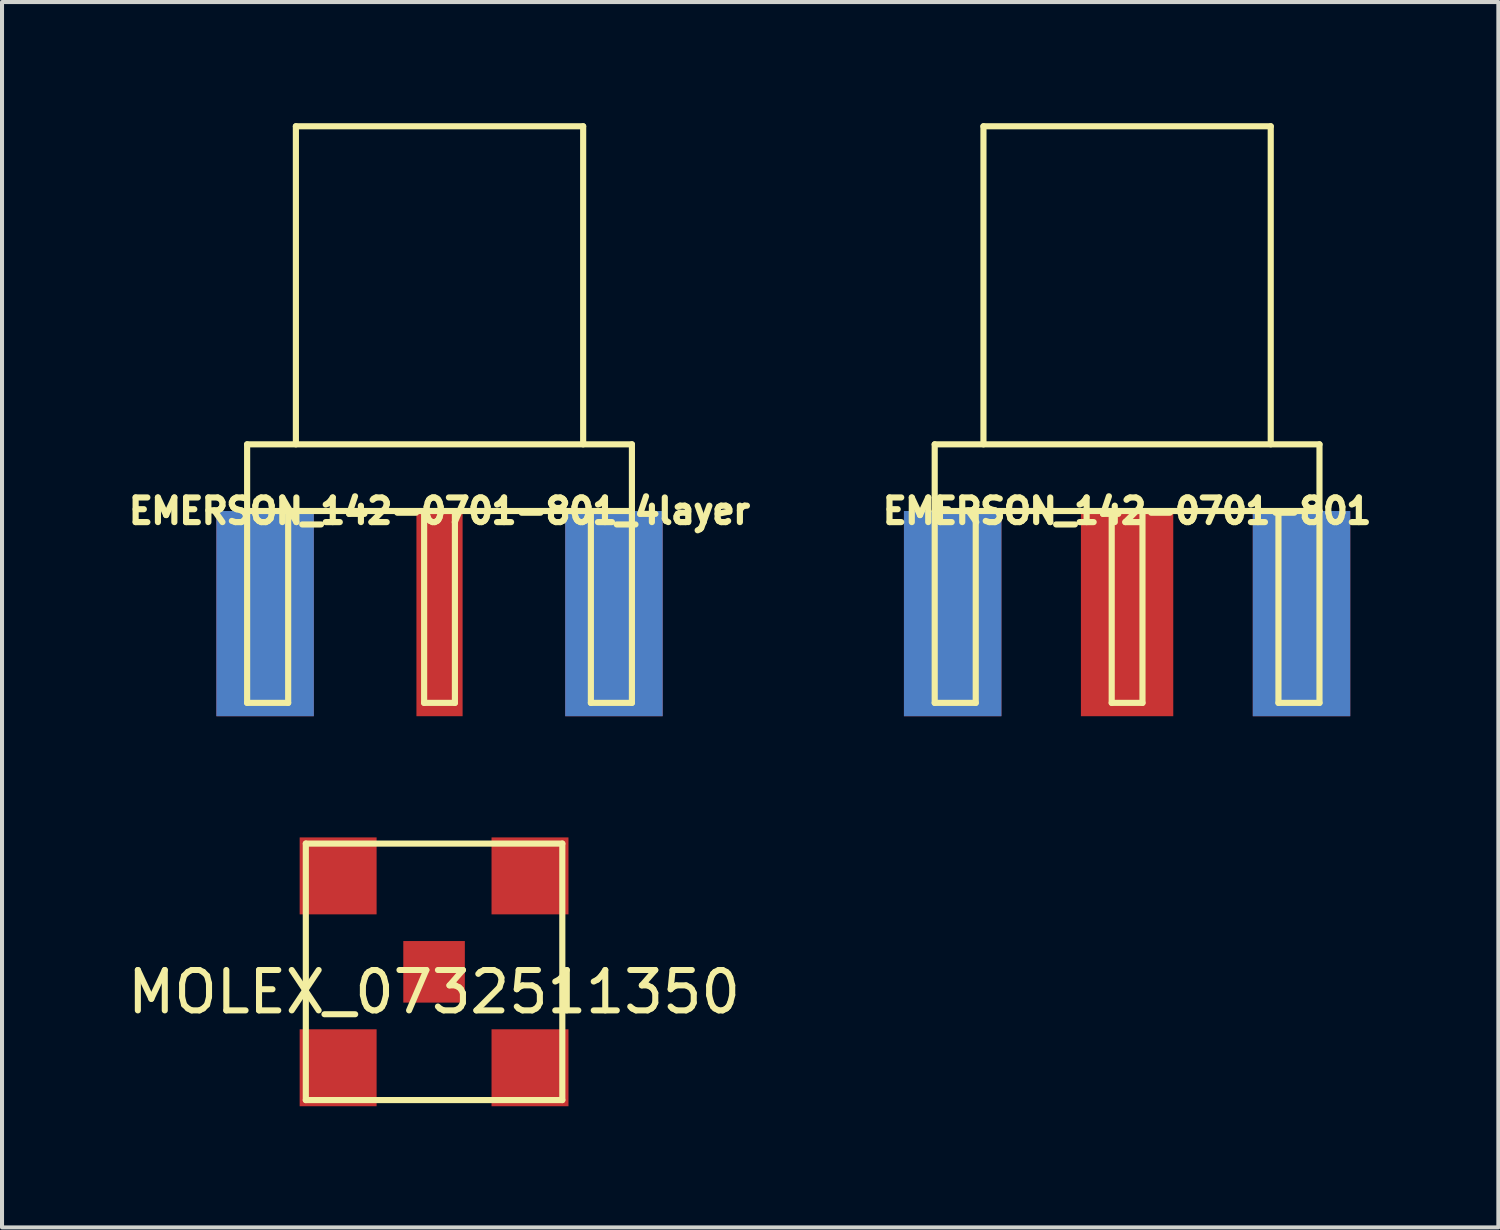
<source format=kicad_pcb>
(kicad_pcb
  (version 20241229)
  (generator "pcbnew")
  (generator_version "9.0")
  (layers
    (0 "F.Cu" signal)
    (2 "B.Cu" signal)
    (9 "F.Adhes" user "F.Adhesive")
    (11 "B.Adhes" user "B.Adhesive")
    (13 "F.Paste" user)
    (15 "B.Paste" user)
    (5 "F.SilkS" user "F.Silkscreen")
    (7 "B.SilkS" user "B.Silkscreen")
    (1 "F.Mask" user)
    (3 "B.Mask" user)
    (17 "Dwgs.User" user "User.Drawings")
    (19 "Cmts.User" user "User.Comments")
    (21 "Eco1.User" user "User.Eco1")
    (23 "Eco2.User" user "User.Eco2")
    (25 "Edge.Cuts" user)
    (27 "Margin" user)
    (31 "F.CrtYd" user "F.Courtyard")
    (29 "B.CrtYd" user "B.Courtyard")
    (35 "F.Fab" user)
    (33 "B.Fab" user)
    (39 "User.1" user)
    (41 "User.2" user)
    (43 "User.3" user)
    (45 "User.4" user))
  (footprint "EMERSON_142-0701-801"
    (layer "F.Cu")
    (at 24.853 9.601)
    (property "Reference" "EMERSON_142-0701-801" (at 0 0 0) (layer "F.SilkS") (effects (font (size 0.61 0.61) (thickness 0.152))))
    (attr through_hole)
    (fp_line (start -4.763 -1.651) (end -4.763 0) (stroke (width 0.152) (type solid)) (layer "F.SilkS"))
    (fp_line (start -4.763 0) (end -4.763 4.75) (stroke (width 0.152) (type solid)) (layer "F.SilkS"))
    (fp_line (start -4.763 0) (end 4.763 0) (stroke (width 0.152) (type solid)) (layer "F.SilkS"))
    (fp_line (start -3.747 0) (end -3.747 4.75) (stroke (width 0.152) (type solid)) (layer "F.SilkS"))
    (fp_line (start -3.747 4.75) (end -4.763 4.75) (stroke (width 0.152) (type solid)) (layer "F.SilkS"))
    (fp_line (start -3.556 -9.525) (end -3.556 -1.651) (stroke (width 0.152) (type solid)) (layer "F.SilkS"))
    (fp_line (start -0.381 0) (end -0.381 4.75) (stroke (width 0.152) (type solid)) (layer "F.SilkS"))
    (fp_line (start -0.381 4.75) (end 0.381 4.75) (stroke (width 0.152) (type solid)) (layer "F.SilkS"))
    (fp_line (start 0.381 4.75) (end 0.381 0) (stroke (width 0.152) (type solid)) (layer "F.SilkS"))
    (fp_line (start 3.556 -9.525) (end -3.556 -9.525) (stroke (width 0.152) (type solid)) (layer "F.SilkS"))
    (fp_line (start 3.556 -1.651) (end 3.556 -9.525) (stroke (width 0.152) (type solid)) (layer "F.SilkS"))
    (fp_line (start 3.747 0) (end 3.747 4.75) (stroke (width 0.152) (type solid)) (layer "F.SilkS"))
    (fp_line (start 3.747 4.75) (end 4.763 4.75) (stroke (width 0.152) (type solid)) (layer "F.SilkS"))
    (fp_line (start 4.763 -1.651) (end -4.763 -1.651) (stroke (width 0.152) (type solid)) (layer "F.SilkS"))
    (fp_line (start 4.763 0) (end 4.763 -1.651) (stroke (width 0.152) (type solid)) (layer "F.SilkS"))
    (fp_line (start 4.763 4.75) (end 4.763 0) (stroke (width 0.152) (type solid)) (layer "F.SilkS"))
    (pad "1" smd rect (at 0 2.54) (size 2.286 5.08) (layers "F.Cu" "F.Mask"))
    (pad "2" smd rect (at -4.318 2.54) (size 2.413 5.08) (layers "F.Cu" "F.Mask"))
    (pad "2" smd rect (at -4.318 2.54) (size 2.413 5.08) (layers "B.Cu" "B.Mask"))
    (pad "2" smd rect (at 4.318 2.54) (size 2.413 5.08) (layers "F.Cu" "F.Mask"))
    (pad "2" smd rect (at 4.318 2.54) (size 2.413 5.08) (layers "B.Cu" "B.Mask")))
  (footprint "MOLEX_0732511350"
    (layer "F.Cu")
    (at 7.696 21.009)
    (property "Reference" "MOLEX_0732511350" (at 0 0.5 0) (layer "F.SilkS") (effects (font (size 1 1) (thickness 0.15))))
    (attr through_hole)
    (fp_line (start -3.175 -3.175) (end 3.175 -3.175) (stroke (width 0.152) (type solid)) (layer "F.SilkS"))
    (fp_line (start -3.175 3.175) (end -3.175 -3.175) (stroke (width 0.152) (type solid)) (layer "F.SilkS"))
    (fp_line (start 3.175 -3.175) (end 3.175 3.175) (stroke (width 0.152) (type solid)) (layer "F.SilkS"))
    (fp_line (start 3.175 3.175) (end -3.175 3.175) (stroke (width 0.152) (type solid)) (layer "F.SilkS"))
    (pad "1" smd rect (at 0 0) (size 1.524 1.524) (layers "F.Cu" "F.Mask" "F.Paste"))
    (pad "2" smd rect (at -2.375 -2.375) (size 1.905 1.905) (layers "F.Cu" "F.Mask" "F.Paste"))
    (pad "2" smd rect (at -2.375 2.375) (size 1.905 1.905) (layers "F.Cu" "F.Mask" "F.Paste"))
    (pad "2" smd rect (at 2.375 -2.375) (size 1.905 1.905) (layers "F.Cu" "F.Mask" "F.Paste"))
    (pad "2" smd rect (at 2.375 2.375) (size 1.905 1.905) (layers "F.Cu" "F.Mask" "F.Paste")))
  (footprint "EMERSON_142-0701-801_4layer"
    (layer "F.Cu")
    (at 7.831 9.601)
    (property "Reference" "EMERSON_142-0701-801_4layer" (at 0 0 0) (layer "F.SilkS") (effects (font (size 0.61 0.61) (thickness 0.152))))
    (attr through_hole)
    (fp_line (start -4.763 -1.651) (end -4.763 0) (stroke (width 0.152) (type solid)) (layer "F.SilkS"))
    (fp_line (start -4.763 0) (end -4.763 4.75) (stroke (width 0.152) (type solid)) (layer "F.SilkS"))
    (fp_line (start -4.763 0) (end 4.763 0) (stroke (width 0.152) (type solid)) (layer "F.SilkS"))
    (fp_line (start -3.747 0) (end -3.747 4.75) (stroke (width 0.152) (type solid)) (layer "F.SilkS"))
    (fp_line (start -3.747 4.75) (end -4.763 4.75) (stroke (width 0.152) (type solid)) (layer "F.SilkS"))
    (fp_line (start -3.556 -9.525) (end -3.556 -1.651) (stroke (width 0.152) (type solid)) (layer "F.SilkS"))
    (fp_line (start -0.381 0) (end -0.381 4.75) (stroke (width 0.152) (type solid)) (layer "F.SilkS"))
    (fp_line (start -0.381 4.75) (end 0.381 4.75) (stroke (width 0.152) (type solid)) (layer "F.SilkS"))
    (fp_line (start 0.381 4.75) (end 0.381 0) (stroke (width 0.152) (type solid)) (layer "F.SilkS"))
    (fp_line (start 3.556 -9.525) (end -3.556 -9.525) (stroke (width 0.152) (type solid)) (layer "F.SilkS"))
    (fp_line (start 3.556 -1.651) (end 3.556 -9.525) (stroke (width 0.152) (type solid)) (layer "F.SilkS"))
    (fp_line (start 3.747 0) (end 3.747 4.75) (stroke (width 0.152) (type solid)) (layer "F.SilkS"))
    (fp_line (start 3.747 4.75) (end 4.763 4.75) (stroke (width 0.152) (type solid)) (layer "F.SilkS"))
    (fp_line (start 4.763 -1.651) (end -4.763 -1.651) (stroke (width 0.152) (type solid)) (layer "F.SilkS"))
    (fp_line (start 4.763 0) (end 4.763 -1.651) (stroke (width 0.152) (type solid)) (layer "F.SilkS"))
    (fp_line (start 4.763 4.75) (end 4.763 0) (stroke (width 0.152) (type solid)) (layer "F.SilkS"))
    (pad "1" smd rect (at 0 2.54) (size 1.143 5.08) (layers "F.Cu" "F.Mask"))
    (pad "2" smd rect (at -4.318 2.54) (size 2.413 5.08) (layers "F.Cu" "F.Mask"))
    (pad "2" smd rect (at -4.318 2.54) (size 2.413 5.08) (layers "B.Cu" "B.Mask"))
    (pad "2" smd rect (at 4.318 2.54) (size 2.413 5.08) (layers "F.Cu" "F.Mask"))
    (pad "2" smd rect (at 4.318 2.54) (size 2.413 5.08) (layers "B.Cu" "B.Mask")))
  (gr_rect
    (start -3 -3)
    (end 34.044 27.336)
    (stroke (width 0.1) (type default))
    (fill no)
    (layer "Edge.Cuts")))
</source>
